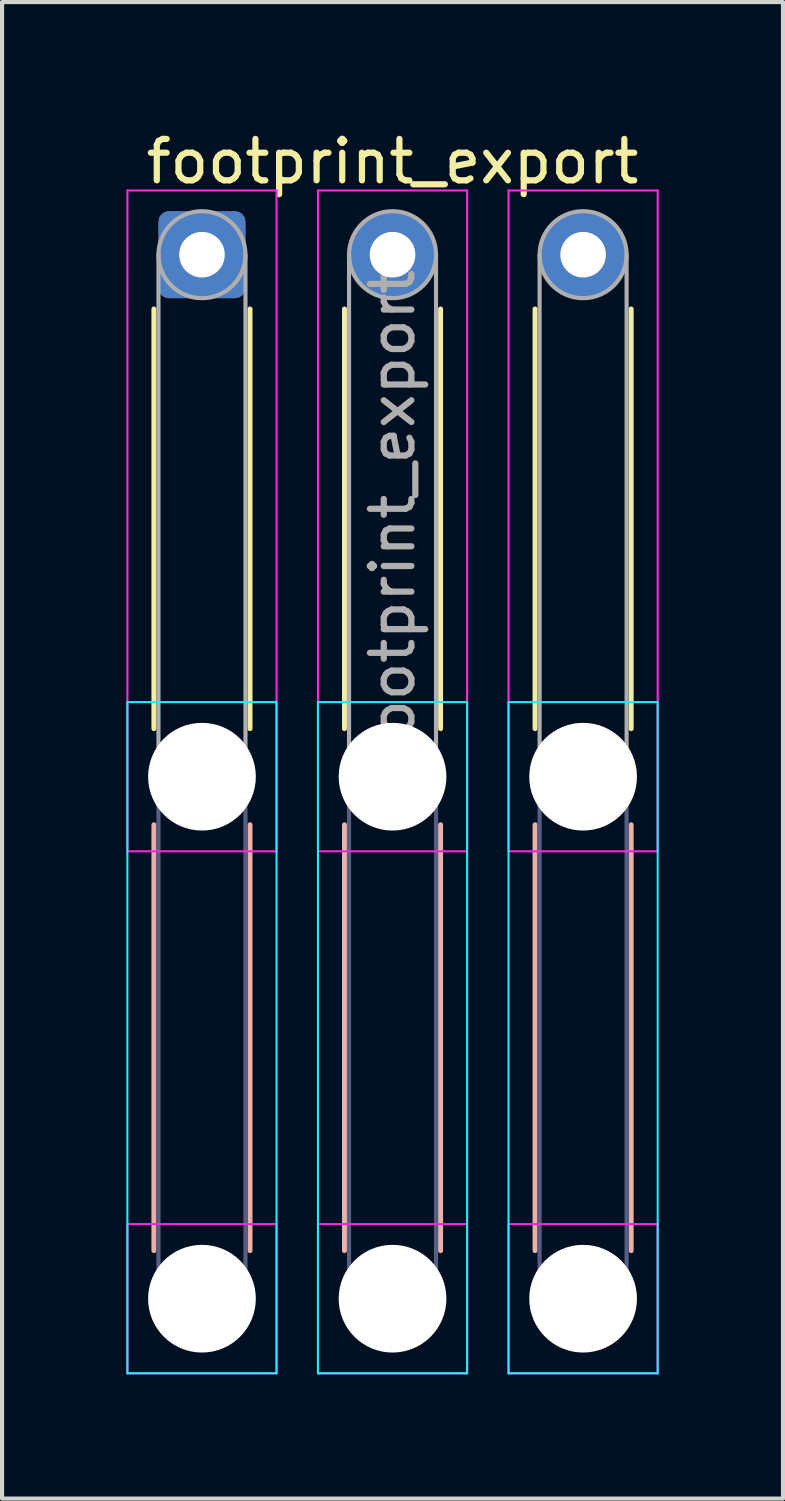
<source format=kicad_pcb>
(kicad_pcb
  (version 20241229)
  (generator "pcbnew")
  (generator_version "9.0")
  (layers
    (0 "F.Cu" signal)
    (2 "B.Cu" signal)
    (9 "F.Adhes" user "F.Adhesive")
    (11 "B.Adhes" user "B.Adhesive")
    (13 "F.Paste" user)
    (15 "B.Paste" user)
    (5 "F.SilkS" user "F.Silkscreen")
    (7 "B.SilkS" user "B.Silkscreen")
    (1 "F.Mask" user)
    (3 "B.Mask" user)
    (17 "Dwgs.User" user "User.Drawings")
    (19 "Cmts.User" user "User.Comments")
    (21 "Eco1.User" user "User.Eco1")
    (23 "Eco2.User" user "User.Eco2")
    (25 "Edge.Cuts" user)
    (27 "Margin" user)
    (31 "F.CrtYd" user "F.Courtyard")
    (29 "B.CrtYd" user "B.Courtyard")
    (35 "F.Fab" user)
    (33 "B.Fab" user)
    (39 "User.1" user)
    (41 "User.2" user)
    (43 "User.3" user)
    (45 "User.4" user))
  (footprint "footprint_export"
    (layer "F.Cu")
    (at 1.825 3.098)
    (property "Reference" "footprint_export" (at 4.6 -2.25 0) (layer "F.SilkS") (effects (font (size 1 1) (thickness 0.15))))
    (attr exclude_from_pos_files exclude_from_bom)
    (fp_line (start -1.16 1.31) (end -1.16 11.44) (stroke (width 0.12) (type solid)) (layer "F.SilkS"))
    (fp_line (start 1.16 1.31) (end 1.16 11.44) (stroke (width 0.12) (type solid)) (layer "F.SilkS"))
    (fp_line (start 3.44 1.31) (end 3.44 11.44) (stroke (width 0.12) (type solid)) (layer "F.SilkS"))
    (fp_line (start 5.76 1.31) (end 5.76 11.44) (stroke (width 0.12) (type solid)) (layer "F.SilkS"))
    (fp_line (start 8.04 1.31) (end 8.04 11.44) (stroke (width 0.12) (type solid)) (layer "F.SilkS"))
    (fp_line (start 10.36 1.31) (end 10.36 11.44) (stroke (width 0.12) (type solid)) (layer "F.SilkS"))
    (fp_line (start -1.16 13.76) (end -1.16 24.04) (stroke (width 0.12) (type solid)) (layer "B.SilkS"))
    (fp_line (start 1.16 13.76) (end 1.16 24.04) (stroke (width 0.12) (type solid)) (layer "B.SilkS"))
    (fp_line (start 3.44 13.76) (end 3.44 24.04) (stroke (width 0.12) (type solid)) (layer "B.SilkS"))
    (fp_line (start 5.76 13.76) (end 5.76 24.04) (stroke (width 0.12) (type solid)) (layer "B.SilkS"))
    (fp_line (start 8.04 13.76) (end 8.04 24.04) (stroke (width 0.12) (type solid)) (layer "B.SilkS"))
    (fp_line (start 10.36 13.76) (end 10.36 24.04) (stroke (width 0.12) (type solid)) (layer "B.SilkS"))
    (fp_line (start -1.8 10.8) (end -1.8 27) (stroke (width 0.05) (type solid)) (layer "B.CrtYd"))
    (fp_line (start -1.8 27) (end 1.8 27) (stroke (width 0.05) (type solid)) (layer "B.CrtYd"))
    (fp_line (start 1.8 10.8) (end -1.8 10.8) (stroke (width 0.05) (type solid)) (layer "B.CrtYd"))
    (fp_line (start 1.8 27) (end 1.8 10.8) (stroke (width 0.05) (type solid)) (layer "B.CrtYd"))
    (fp_line (start 2.8 10.8) (end 2.8 27) (stroke (width 0.05) (type solid)) (layer "B.CrtYd"))
    (fp_line (start 2.8 27) (end 6.4 27) (stroke (width 0.05) (type solid)) (layer "B.CrtYd"))
    (fp_line (start 6.4 10.8) (end 2.8 10.8) (stroke (width 0.05) (type solid)) (layer "B.CrtYd"))
    (fp_line (start 6.4 27) (end 6.4 10.8) (stroke (width 0.05) (type solid)) (layer "B.CrtYd"))
    (fp_line (start 7.4 10.8) (end 7.4 27) (stroke (width 0.05) (type solid)) (layer "B.CrtYd"))
    (fp_line (start 7.4 27) (end 11 27) (stroke (width 0.05) (type solid)) (layer "B.CrtYd"))
    (fp_line (start 11 10.8) (end 7.4 10.8) (stroke (width 0.05) (type solid)) (layer "B.CrtYd"))
    (fp_line (start 11 27) (end 11 10.8) (stroke (width 0.05) (type solid)) (layer "B.CrtYd"))
    (fp_line (start -1.8 -1.55) (end -1.8 14.4) (stroke (width 0.05) (type solid)) (layer "F.CrtYd"))
    (fp_line (start -1.8 14.4) (end 1.8 14.4) (stroke (width 0.05) (type solid)) (layer "F.CrtYd"))
    (fp_line (start -1.8 23.4) (end -1.8 27) (stroke (width 0.05) (type solid)) (layer "F.CrtYd"))
    (fp_line (start -1.8 27) (end 1.8 27) (stroke (width 0.05) (type solid)) (layer "F.CrtYd"))
    (fp_line (start 1.8 -1.55) (end -1.8 -1.55) (stroke (width 0.05) (type solid)) (layer "F.CrtYd"))
    (fp_line (start 1.8 14.4) (end 1.8 -1.55) (stroke (width 0.05) (type solid)) (layer "F.CrtYd"))
    (fp_line (start 1.8 23.4) (end -1.8 23.4) (stroke (width 0.05) (type solid)) (layer "F.CrtYd"))
    (fp_line (start 1.8 27) (end 1.8 23.4) (stroke (width 0.05) (type solid)) (layer "F.CrtYd"))
    (fp_line (start 2.8 -1.55) (end 2.8 14.4) (stroke (width 0.05) (type solid)) (layer "F.CrtYd"))
    (fp_line (start 2.8 14.4) (end 6.4 14.4) (stroke (width 0.05) (type solid)) (layer "F.CrtYd"))
    (fp_line (start 2.8 23.4) (end 2.8 27) (stroke (width 0.05) (type solid)) (layer "F.CrtYd"))
    (fp_line (start 2.8 27) (end 6.4 27) (stroke (width 0.05) (type solid)) (layer "F.CrtYd"))
    (fp_line (start 6.4 -1.55) (end 2.8 -1.55) (stroke (width 0.05) (type solid)) (layer "F.CrtYd"))
    (fp_line (start 6.4 14.4) (end 6.4 -1.55) (stroke (width 0.05) (type solid)) (layer "F.CrtYd"))
    (fp_line (start 6.4 23.4) (end 2.8 23.4) (stroke (width 0.05) (type solid)) (layer "F.CrtYd"))
    (fp_line (start 6.4 27) (end 6.4 23.4) (stroke (width 0.05) (type solid)) (layer "F.CrtYd"))
    (fp_line (start 7.4 -1.55) (end 7.4 14.4) (stroke (width 0.05) (type solid)) (layer "F.CrtYd"))
    (fp_line (start 7.4 14.4) (end 11 14.4) (stroke (width 0.05) (type solid)) (layer "F.CrtYd"))
    (fp_line (start 7.4 23.4) (end 7.4 27) (stroke (width 0.05) (type solid)) (layer "F.CrtYd"))
    (fp_line (start 7.4 27) (end 11 27) (stroke (width 0.05) (type solid)) (layer "F.CrtYd"))
    (fp_line (start 11 -1.55) (end 7.4 -1.55) (stroke (width 0.05) (type solid)) (layer "F.CrtYd"))
    (fp_line (start 11 14.4) (end 11 -1.55) (stroke (width 0.05) (type solid)) (layer "F.CrtYd"))
    (fp_line (start 11 23.4) (end 7.4 23.4) (stroke (width 0.05) (type solid)) (layer "F.CrtYd"))
    (fp_line (start 11 27) (end 11 23.4) (stroke (width 0.05) (type solid)) (layer "F.CrtYd"))
    (fp_line (start -1.05 12.6) (end -1.05 25.2) (stroke (width 0.1) (type solid)) (layer "B.Fab"))
    (fp_line (start 1.05 12.6) (end 1.05 25.2) (stroke (width 0.1) (type solid)) (layer "B.Fab"))
    (fp_line (start 3.55 12.6) (end 3.55 25.2) (stroke (width 0.1) (type solid)) (layer "B.Fab"))
    (fp_line (start 5.65 12.6) (end 5.65 25.2) (stroke (width 0.1) (type solid)) (layer "B.Fab"))
    (fp_line (start 8.15 12.6) (end 8.15 25.2) (stroke (width 0.1) (type solid)) (layer "B.Fab"))
    (fp_line (start 10.25 12.6) (end 10.25 25.2) (stroke (width 0.1) (type solid)) (layer "B.Fab"))
    (fp_circle (center 0 12.6) (end 1.05 12.6) (stroke (width 0.1) (type solid)) (fill no) (layer "B.Fab"))
    (fp_circle (center 0 25.2) (end 1.05 25.2) (stroke (width 0.1) (type solid)) (fill no) (layer "B.Fab"))
    (fp_circle (center 4.6 12.6) (end 5.65 12.6) (stroke (width 0.1) (type solid)) (fill no) (layer "B.Fab"))
    (fp_circle (center 4.6 25.2) (end 5.65 25.2) (stroke (width 0.1) (type solid)) (fill no) (layer "B.Fab"))
    (fp_circle (center 9.2 12.6) (end 10.25 12.6) (stroke (width 0.1) (type solid)) (fill no) (layer "B.Fab"))
    (fp_circle (center 9.2 25.2) (end 10.25 25.2) (stroke (width 0.1) (type solid)) (fill no) (layer "B.Fab"))
    (fp_line (start -1.05 0) (end -1.05 12.6) (stroke (width 0.1) (type solid)) (layer "F.Fab"))
    (fp_line (start 1.05 0) (end 1.05 12.6) (stroke (width 0.1) (type solid)) (layer "F.Fab"))
    (fp_line (start 3.55 0) (end 3.55 12.6) (stroke (width 0.1) (type solid)) (layer "F.Fab"))
    (fp_line (start 5.65 0) (end 5.65 12.6) (stroke (width 0.1) (type solid)) (layer "F.Fab"))
    (fp_line (start 8.15 0) (end 8.15 12.6) (stroke (width 0.1) (type solid)) (layer "F.Fab"))
    (fp_line (start 10.25 0) (end 10.25 12.6) (stroke (width 0.1) (type solid)) (layer "F.Fab"))
    (fp_circle (center 0 0) (end 1.05 0) (stroke (width 0.1) (type solid)) (fill no) (layer "F.Fab"))
    (fp_circle (center 0 12.6) (end 1.05 12.6) (stroke (width 0.1) (type solid)) (fill no) (layer "F.Fab"))
    (fp_circle (center 0 25.2) (end 1.05 25.2) (stroke (width 0.1) (type solid)) (fill no) (layer "F.Fab"))
    (fp_circle (center 4.6 0) (end 5.65 0) (stroke (width 0.1) (type solid)) (fill no) (layer "F.Fab"))
    (fp_circle (center 4.6 12.6) (end 5.65 12.6) (stroke (width 0.1) (type solid)) (fill no) (layer "F.Fab"))
    (fp_circle (center 4.6 25.2) (end 5.65 25.2) (stroke (width 0.1) (type solid)) (fill no) (layer "F.Fab"))
    (fp_circle (center 9.2 0) (end 10.25 0) (stroke (width 0.1) (type solid)) (fill no) (layer "F.Fab"))
    (fp_circle (center 9.2 12.6) (end 10.25 12.6) (stroke (width 0.1) (type solid)) (fill no) (layer "F.Fab"))
    (fp_circle (center 9.2 25.2) (end 10.25 25.2) (stroke (width 0.1) (type solid)) (fill no) (layer "F.Fab"))
    (fp_text user "${REFERENCE}" (at 4.6 6.3 90) (layer "F.Fab") (effects (font (size 1 1) (thickness 0.15))))
    (pad "" np_thru_hole circle (at 0 12.6) (size 2.6 2.6) (drill 2.6) (layers "*.Cu" "*.Mask"))
    (pad "" np_thru_hole circle (at 0 25.2) (size 2.6 2.6) (drill 2.6) (layers "*.Cu" "*.Mask"))
    (pad "" np_thru_hole circle (at 4.6 12.6) (size 2.6 2.6) (drill 2.6) (layers "*.Cu" "*.Mask"))
    (pad "" np_thru_hole circle (at 4.6 25.2) (size 2.6 2.6) (drill 2.6) (layers "*.Cu" "*.Mask"))
    (pad "" np_thru_hole circle (at 9.2 12.6) (size 2.6 2.6) (drill 2.6) (layers "*.Cu" "*.Mask"))
    (pad "" np_thru_hole circle (at 9.2 25.2) (size 2.6 2.6) (drill 2.6) (layers "*.Cu" "*.Mask"))
    (pad "1" thru_hole roundrect (at 0 0) (size 2.1 2.1) (drill 1.1) (layers "*.Cu" "*.Mask") (roundrect_rratio 0.119))
    (pad "2" thru_hole circle (at 4.6 0) (size 2.1 2.1) (drill 1.1) (layers "*.Cu" "*.Mask"))
    (pad "3" thru_hole circle (at 9.2 0) (size 2.1 2.1) (drill 1.1) (layers "*.Cu" "*.Mask")))
  (gr_rect
    (start -3 -3)
    (end 15.85 33.123)
    (stroke (width 0.1) (type default))
    (fill no)
    (layer "Edge.Cuts")))
</source>
